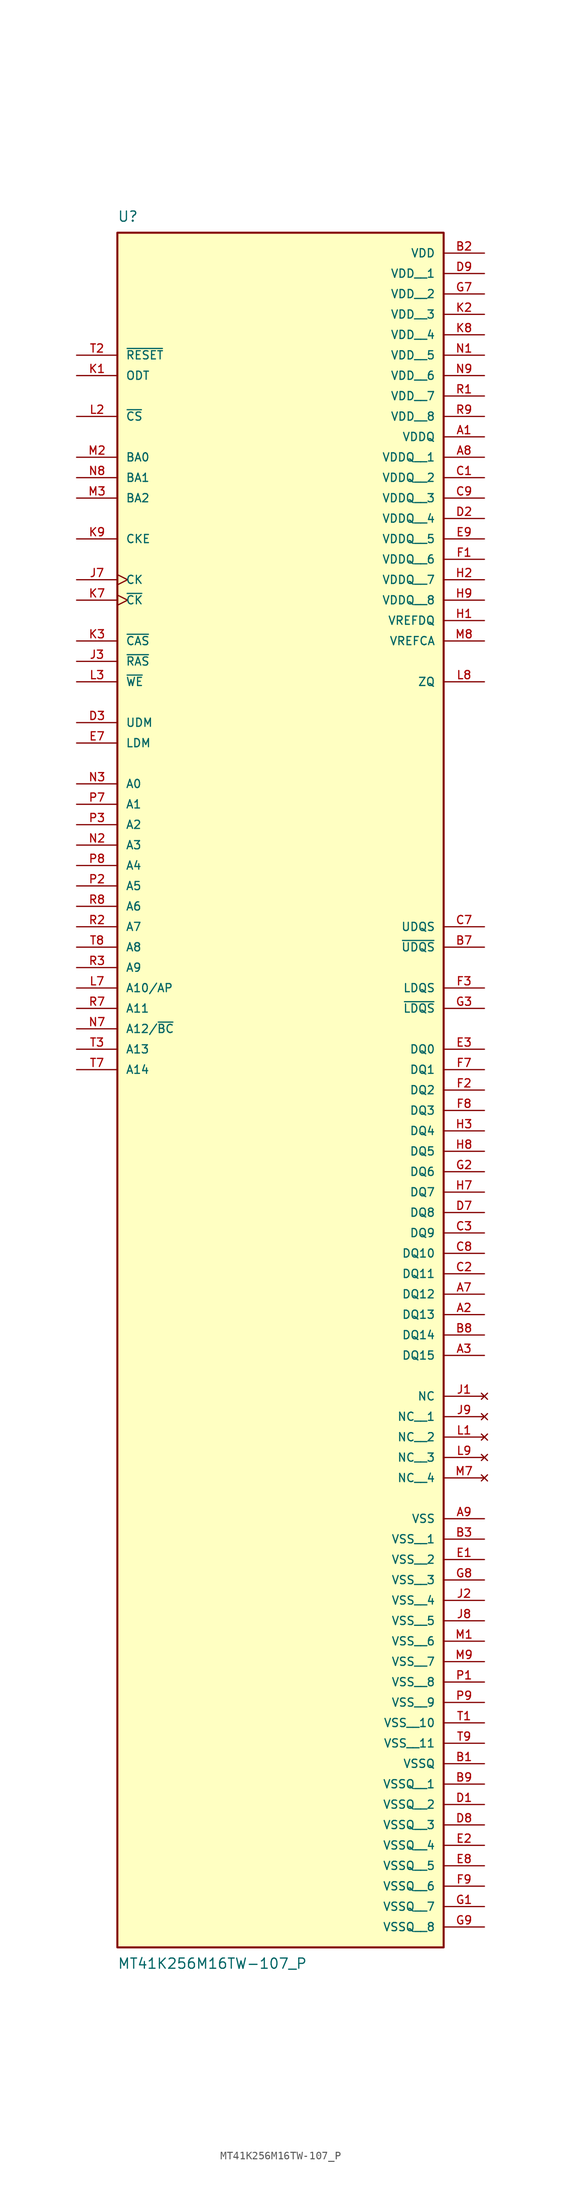
<source format=kicad_sym>
(kicad_symbol_lib
  (version 20241209)
  (generator "kicad_symbol_editor")
  (generator_version "9.0")
  (symbol "MT41K256M16TW-107_P"
    (pin_names
      (offset 1.016))
    (property "Reference" "U"
      (at -20.32 57.15 0)
      (effects (font (size 1.27 1.27)) (justify left bottom)))
    (property "Value" "MT41K256M16TW-107_P"
      (at -20.32 -158.75 0)
      (effects (font (size 1.27 1.27)) (justify left top)))
    (symbol "MT41K256M16TW-107_P_0_0"
      (rectangle (start -20.32 -157.48) (end 20.32 55.88) (stroke (width 0.254) (type default)) (fill (type background)))
      (pin input line (at -25.4 40.64 0) (length 5.08) (name "~{RESET}" (effects (font (size 1.016 1.016)))) (number "T2" (effects (font (size 1.016 1.016)))))
      (pin input line (at -25.4 38.1 0) (length 5.08) (name "ODT" (effects (font (size 1.016 1.016)))) (number "K1" (effects (font (size 1.016 1.016)))))
      (pin input line (at -25.4 33.02 0) (length 5.08) (name "~{CS}" (effects (font (size 1.016 1.016)))) (number "L2" (effects (font (size 1.016 1.016)))))
      (pin input line (at -25.4 27.94 0) (length 5.08) (name "BA0" (effects (font (size 1.016 1.016)))) (number "M2" (effects (font (size 1.016 1.016)))))
      (pin input line (at -25.4 25.4 0) (length 5.08) (name "BA1" (effects (font (size 1.016 1.016)))) (number "N8" (effects (font (size 1.016 1.016)))))
      (pin input line (at -25.4 22.86 0) (length 5.08) (name "BA2" (effects (font (size 1.016 1.016)))) (number "M3" (effects (font (size 1.016 1.016)))))
      (pin input line (at -25.4 17.78 0) (length 5.08) (name "CKE" (effects (font (size 1.016 1.016)))) (number "K9" (effects (font (size 1.016 1.016)))))
      (pin input clock (at -25.4 12.7 0) (length 5.08) (name "CK" (effects (font (size 1.016 1.016)))) (number "J7" (effects (font (size 1.016 1.016)))))
      (pin input clock (at -25.4 10.16 0) (length 5.08) (name "~{CK}" (effects (font (size 1.016 1.016)))) (number "K7" (effects (font (size 1.016 1.016)))))
      (pin input line (at -25.4 5.08 0) (length 5.08) (name "~{CAS}" (effects (font (size 1.016 1.016)))) (number "K3" (effects (font (size 1.016 1.016)))))
      (pin input line (at -25.4 2.54 0) (length 5.08) (name "~{RAS}" (effects (font (size 1.016 1.016)))) (number "J3" (effects (font (size 1.016 1.016)))))
      (pin input line (at -25.4 0 0) (length 5.08) (name "~{WE}" (effects (font (size 1.016 1.016)))) (number "L3" (effects (font (size 1.016 1.016)))))
      (pin input line (at -25.4 -5.08 0) (length 5.08) (name "UDM" (effects (font (size 1.016 1.016)))) (number "D3" (effects (font (size 1.016 1.016)))))
      (pin input line (at -25.4 -7.62 0) (length 5.08) (name "LDM" (effects (font (size 1.016 1.016)))) (number "E7" (effects (font (size 1.016 1.016)))))
      (pin input line (at -25.4 -12.7 0) (length 5.08) (name "A0" (effects (font (size 1.016 1.016)))) (number "N3" (effects (font (size 1.016 1.016)))))
      (pin input line (at -25.4 -15.24 0) (length 5.08) (name "A1" (effects (font (size 1.016 1.016)))) (number "P7" (effects (font (size 1.016 1.016)))))
      (pin input line (at -25.4 -17.78 0) (length 5.08) (name "A2" (effects (font (size 1.016 1.016)))) (number "P3" (effects (font (size 1.016 1.016)))))
      (pin input line (at -25.4 -20.32 0) (length 5.08) (name "A3" (effects (font (size 1.016 1.016)))) (number "N2" (effects (font (size 1.016 1.016)))))
      (pin input line (at -25.4 -22.86 0) (length 5.08) (name "A4" (effects (font (size 1.016 1.016)))) (number "P8" (effects (font (size 1.016 1.016)))))
      (pin input line (at -25.4 -25.4 0) (length 5.08) (name "A5" (effects (font (size 1.016 1.016)))) (number "P2" (effects (font (size 1.016 1.016)))))
      (pin input line (at -25.4 -27.94 0) (length 5.08) (name "A6" (effects (font (size 1.016 1.016)))) (number "R8" (effects (font (size 1.016 1.016)))))
      (pin input line (at -25.4 -30.48 0) (length 5.08) (name "A7" (effects (font (size 1.016 1.016)))) (number "R2" (effects (font (size 1.016 1.016)))))
      (pin input line (at -25.4 -33.02 0) (length 5.08) (name "A8" (effects (font (size 1.016 1.016)))) (number "T8" (effects (font (size 1.016 1.016)))))
      (pin input line (at -25.4 -35.56 0) (length 5.08) (name "A9" (effects (font (size 1.016 1.016)))) (number "R3" (effects (font (size 1.016 1.016)))))
      (pin input line (at -25.4 -38.1 0) (length 5.08) (name "A10/AP" (effects (font (size 1.016 1.016)))) (number "L7" (effects (font (size 1.016 1.016)))))
      (pin input line (at -25.4 -40.64 0) (length 5.08) (name "A11" (effects (font (size 1.016 1.016)))) (number "R7" (effects (font (size 1.016 1.016)))))
      (pin input line (at -25.4 -43.18 0) (length 5.08) (name "A12/~{BC}" (effects (font (size 1.016 1.016)))) (number "N7" (effects (font (size 1.016 1.016)))))
      (pin input line (at -25.4 -45.72 0) (length 5.08) (name "A13" (effects (font (size 1.016 1.016)))) (number "T3" (effects (font (size 1.016 1.016)))))
      (pin input line (at -25.4 -48.26 0) (length 5.08) (name "A14" (effects (font (size 1.016 1.016)))) (number "T7" (effects (font (size 1.016 1.016)))))
      (pin power_in line (at 25.4 53.34 180) (length 5.08) (name "VDD" (effects (font (size 1.016 1.016)))) (number "B2" (effects (font (size 1.016 1.016)))))
      (pin power_in line (at 25.4 50.8 180) (length 5.08) (name "VDD__1" (effects (font (size 1.016 1.016)))) (number "D9" (effects (font (size 1.016 1.016)))))
      (pin power_in line (at 25.4 48.26 180) (length 5.08) (name "VDD__2" (effects (font (size 1.016 1.016)))) (number "G7" (effects (font (size 1.016 1.016)))))
      (pin power_in line (at 25.4 45.72 180) (length 5.08) (name "VDD__3" (effects (font (size 1.016 1.016)))) (number "K2" (effects (font (size 1.016 1.016)))))
      (pin power_in line (at 25.4 43.18 180) (length 5.08) (name "VDD__4" (effects (font (size 1.016 1.016)))) (number "K8" (effects (font (size 1.016 1.016)))))
      (pin power_in line (at 25.4 40.64 180) (length 5.08) (name "VDD__5" (effects (font (size 1.016 1.016)))) (number "N1" (effects (font (size 1.016 1.016)))))
      (pin power_in line (at 25.4 38.1 180) (length 5.08) (name "VDD__6" (effects (font (size 1.016 1.016)))) (number "N9" (effects (font (size 1.016 1.016)))))
      (pin power_in line (at 25.4 35.56 180) (length 5.08) (name "VDD__7" (effects (font (size 1.016 1.016)))) (number "R1" (effects (font (size 1.016 1.016)))))
      (pin power_in line (at 25.4 33.02 180) (length 5.08) (name "VDD__8" (effects (font (size 1.016 1.016)))) (number "R9" (effects (font (size 1.016 1.016)))))
      (pin power_in line (at 25.4 30.48 180) (length 5.08) (name "VDDQ" (effects (font (size 1.016 1.016)))) (number "A1" (effects (font (size 1.016 1.016)))))
      (pin power_in line (at 25.4 27.94 180) (length 5.08) (name "VDDQ__1" (effects (font (size 1.016 1.016)))) (number "A8" (effects (font (size 1.016 1.016)))))
      (pin power_in line (at 25.4 25.4 180) (length 5.08) (name "VDDQ__2" (effects (font (size 1.016 1.016)))) (number "C1" (effects (font (size 1.016 1.016)))))
      (pin power_in line (at 25.4 22.86 180) (length 5.08) (name "VDDQ__3" (effects (font (size 1.016 1.016)))) (number "C9" (effects (font (size 1.016 1.016)))))
      (pin power_in line (at 25.4 20.32 180) (length 5.08) (name "VDDQ__4" (effects (font (size 1.016 1.016)))) (number "D2" (effects (font (size 1.016 1.016)))))
      (pin power_in line (at 25.4 17.78 180) (length 5.08) (name "VDDQ__5" (effects (font (size 1.016 1.016)))) (number "E9" (effects (font (size 1.016 1.016)))))
      (pin power_in line (at 25.4 15.24 180) (length 5.08) (name "VDDQ__6" (effects (font (size 1.016 1.016)))) (number "F1" (effects (font (size 1.016 1.016)))))
      (pin power_in line (at 25.4 12.7 180) (length 5.08) (name "VDDQ__7" (effects (font (size 1.016 1.016)))) (number "H2" (effects (font (size 1.016 1.016)))))
      (pin power_in line (at 25.4 10.16 180) (length 5.08) (name "VDDQ__8" (effects (font (size 1.016 1.016)))) (number "H9" (effects (font (size 1.016 1.016)))))
      (pin power_in line (at 25.4 7.62 180) (length 5.08) (name "VREFDQ" (effects (font (size 1.016 1.016)))) (number "H1" (effects (font (size 1.016 1.016)))))
      (pin power_in line (at 25.4 5.08 180) (length 5.08) (name "VREFCA" (effects (font (size 1.016 1.016)))) (number "M8" (effects (font (size 1.016 1.016)))))
      (pin output line (at 25.4 0 180) (length 5.08) (name "ZQ" (effects (font (size 1.016 1.016)))) (number "L8" (effects (font (size 1.016 1.016)))))
      (pin bidirectional line (at 25.4 -30.48 180) (length 5.08) (name "UDQS" (effects (font (size 1.016 1.016)))) (number "C7" (effects (font (size 1.016 1.016)))))
      (pin bidirectional line (at 25.4 -33.02 180) (length 5.08) (name "~{UDQS}" (effects (font (size 1.016 1.016)))) (number "B7" (effects (font (size 1.016 1.016)))))
      (pin bidirectional line (at 25.4 -38.1 180) (length 5.08) (name "LDQS" (effects (font (size 1.016 1.016)))) (number "F3" (effects (font (size 1.016 1.016)))))
      (pin bidirectional line (at 25.4 -40.64 180) (length 5.08) (name "~{LDQS}" (effects (font (size 1.016 1.016)))) (number "G3" (effects (font (size 1.016 1.016)))))
      (pin bidirectional line (at 25.4 -45.72 180) (length 5.08) (name "DQ0" (effects (font (size 1.016 1.016)))) (number "E3" (effects (font (size 1.016 1.016)))))
      (pin bidirectional line (at 25.4 -48.26 180) (length 5.08) (name "DQ1" (effects (font (size 1.016 1.016)))) (number "F7" (effects (font (size 1.016 1.016)))))
      (pin bidirectional line (at 25.4 -50.8 180) (length 5.08) (name "DQ2" (effects (font (size 1.016 1.016)))) (number "F2" (effects (font (size 1.016 1.016)))))
      (pin bidirectional line (at 25.4 -53.34 180) (length 5.08) (name "DQ3" (effects (font (size 1.016 1.016)))) (number "F8" (effects (font (size 1.016 1.016)))))
      (pin bidirectional line (at 25.4 -55.88 180) (length 5.08) (name "DQ4" (effects (font (size 1.016 1.016)))) (number "H3" (effects (font (size 1.016 1.016)))))
      (pin bidirectional line (at 25.4 -58.42 180) (length 5.08) (name "DQ5" (effects (font (size 1.016 1.016)))) (number "H8" (effects (font (size 1.016 1.016)))))
      (pin bidirectional line (at 25.4 -60.96 180) (length 5.08) (name "DQ6" (effects (font (size 1.016 1.016)))) (number "G2" (effects (font (size 1.016 1.016)))))
      (pin bidirectional line (at 25.4 -63.5 180) (length 5.08) (name "DQ7" (effects (font (size 1.016 1.016)))) (number "H7" (effects (font (size 1.016 1.016)))))
      (pin bidirectional line (at 25.4 -66.04 180) (length 5.08) (name "DQ8" (effects (font (size 1.016 1.016)))) (number "D7" (effects (font (size 1.016 1.016)))))
      (pin bidirectional line (at 25.4 -68.58 180) (length 5.08) (name "DQ9" (effects (font (size 1.016 1.016)))) (number "C3" (effects (font (size 1.016 1.016)))))
      (pin bidirectional line (at 25.4 -71.12 180) (length 5.08) (name "DQ10" (effects (font (size 1.016 1.016)))) (number "C8" (effects (font (size 1.016 1.016)))))
      (pin bidirectional line (at 25.4 -73.66 180) (length 5.08) (name "DQ11" (effects (font (size 1.016 1.016)))) (number "C2" (effects (font (size 1.016 1.016)))))
      (pin bidirectional line (at 25.4 -76.2 180) (length 5.08) (name "DQ12" (effects (font (size 1.016 1.016)))) (number "A7" (effects (font (size 1.016 1.016)))))
      (pin bidirectional line (at 25.4 -78.74 180) (length 5.08) (name "DQ13" (effects (font (size 1.016 1.016)))) (number "A2" (effects (font (size 1.016 1.016)))))
      (pin bidirectional line (at 25.4 -81.28 180) (length 5.08) (name "DQ14" (effects (font (size 1.016 1.016)))) (number "B8" (effects (font (size 1.016 1.016)))))
      (pin bidirectional line (at 25.4 -83.82 180) (length 5.08) (name "DQ15" (effects (font (size 1.016 1.016)))) (number "A3" (effects (font (size 1.016 1.016)))))
      (pin no_connect line (at 25.4 -88.9 180) (length 5.08) (name "NC" (effects (font (size 1.016 1.016)))) (number "J1" (effects (font (size 1.016 1.016)))))
      (pin no_connect line (at 25.4 -91.44 180) (length 5.08) (name "NC__1" (effects (font (size 1.016 1.016)))) (number "J9" (effects (font (size 1.016 1.016)))))
      (pin no_connect line (at 25.4 -93.98 180) (length 5.08) (name "NC__2" (effects (font (size 1.016 1.016)))) (number "L1" (effects (font (size 1.016 1.016)))))
      (pin no_connect line (at 25.4 -96.52 180) (length 5.08) (name "NC__3" (effects (font (size 1.016 1.016)))) (number "L9" (effects (font (size 1.016 1.016)))))
      (pin no_connect line (at 25.4 -99.06 180) (length 5.08) (name "NC__4" (effects (font (size 1.016 1.016)))) (number "M7" (effects (font (size 1.016 1.016)))))
      (pin power_in line (at 25.4 -104.14 180) (length 5.08) (name "VSS" (effects (font (size 1.016 1.016)))) (number "A9" (effects (font (size 1.016 1.016)))))
      (pin power_in line (at 25.4 -106.68 180) (length 5.08) (name "VSS__1" (effects (font (size 1.016 1.016)))) (number "B3" (effects (font (size 1.016 1.016)))))
      (pin power_in line (at 25.4 -109.22 180) (length 5.08) (name "VSS__2" (effects (font (size 1.016 1.016)))) (number "E1" (effects (font (size 1.016 1.016)))))
      (pin power_in line (at 25.4 -111.76 180) (length 5.08) (name "VSS__3" (effects (font (size 1.016 1.016)))) (number "G8" (effects (font (size 1.016 1.016)))))
      (pin power_in line (at 25.4 -114.3 180) (length 5.08) (name "VSS__4" (effects (font (size 1.016 1.016)))) (number "J2" (effects (font (size 1.016 1.016)))))
      (pin power_in line (at 25.4 -116.84 180) (length 5.08) (name "VSS__5" (effects (font (size 1.016 1.016)))) (number "J8" (effects (font (size 1.016 1.016)))))
      (pin power_in line (at 25.4 -119.38 180) (length 5.08) (name "VSS__6" (effects (font (size 1.016 1.016)))) (number "M1" (effects (font (size 1.016 1.016)))))
      (pin power_in line (at 25.4 -121.92 180) (length 5.08) (name "VSS__7" (effects (font (size 1.016 1.016)))) (number "M9" (effects (font (size 1.016 1.016)))))
      (pin power_in line (at 25.4 -124.46 180) (length 5.08) (name "VSS__8" (effects (font (size 1.016 1.016)))) (number "P1" (effects (font (size 1.016 1.016)))))
      (pin power_in line (at 25.4 -127 180) (length 5.08) (name "VSS__9" (effects (font (size 1.016 1.016)))) (number "P9" (effects (font (size 1.016 1.016)))))
      (pin power_in line (at 25.4 -129.54 180) (length 5.08) (name "VSS__10" (effects (font (size 1.016 1.016)))) (number "T1" (effects (font (size 1.016 1.016)))))
      (pin power_in line (at 25.4 -132.08 180) (length 5.08) (name "VSS__11" (effects (font (size 1.016 1.016)))) (number "T9" (effects (font (size 1.016 1.016)))))
      (pin power_in line (at 25.4 -134.62 180) (length 5.08) (name "VSSQ" (effects (font (size 1.016 1.016)))) (number "B1" (effects (font (size 1.016 1.016)))))
      (pin power_in line (at 25.4 -137.16 180) (length 5.08) (name "VSSQ__1" (effects (font (size 1.016 1.016)))) (number "B9" (effects (font (size 1.016 1.016)))))
      (pin power_in line (at 25.4 -139.7 180) (length 5.08) (name "VSSQ__2" (effects (font (size 1.016 1.016)))) (number "D1" (effects (font (size 1.016 1.016)))))
      (pin power_in line (at 25.4 -142.24 180) (length 5.08) (name "VSSQ__3" (effects (font (size 1.016 1.016)))) (number "D8" (effects (font (size 1.016 1.016)))))
      (pin power_in line (at 25.4 -144.78 180) (length 5.08) (name "VSSQ__4" (effects (font (size 1.016 1.016)))) (number "E2" (effects (font (size 1.016 1.016)))))
      (pin power_in line (at 25.4 -147.32 180) (length 5.08) (name "VSSQ__5" (effects (font (size 1.016 1.016)))) (number "E8" (effects (font (size 1.016 1.016)))))
      (pin power_in line (at 25.4 -149.86 180) (length 5.08) (name "VSSQ__6" (effects (font (size 1.016 1.016)))) (number "F9" (effects (font (size 1.016 1.016)))))
      (pin power_in line (at 25.4 -152.4 180) (length 5.08) (name "VSSQ__7" (effects (font (size 1.016 1.016)))) (number "G1" (effects (font (size 1.016 1.016)))))
      (pin power_in line (at 25.4 -154.94 180) (length 5.08) (name "VSSQ__8" (effects (font (size 1.016 1.016)))) (number "G9" (effects (font (size 1.016 1.016))))))))
</source>
